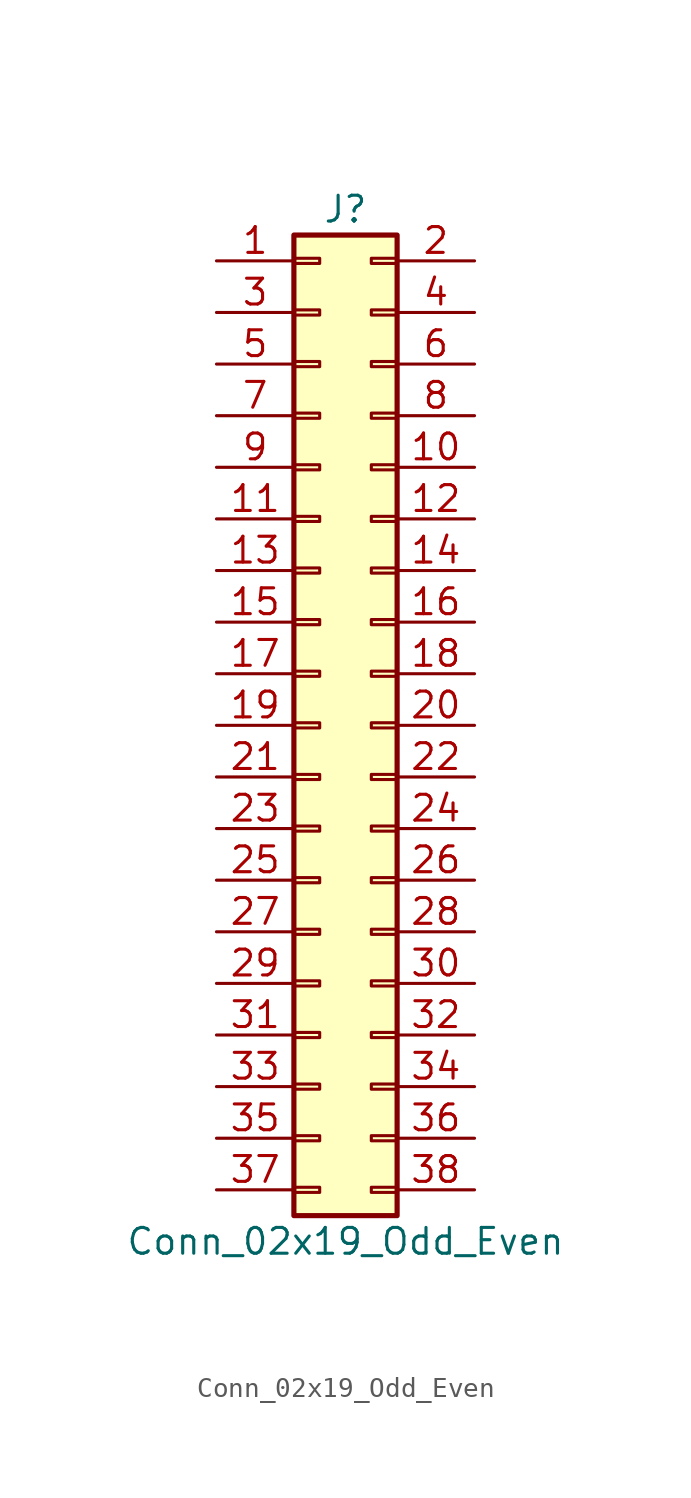
<source format=kicad_sym>
(kicad_symbol_lib
  (version 20201005)
  (generator kicad_symbol_editor)
  (symbol "Conn_02x19_Odd_Even"
    (pin_names
      (offset 1.016) hide)
    (property "Reference" "J"
      (at 1.27 25.4 0)
      (effects (font (size 1.27 1.27))))
    (property "Value" "Conn_02x19_Odd_Even"
      (at 1.27 -25.4 0)
      (effects (font (size 1.27 1.27))))
    (symbol "Conn_02x19_Odd_Even_1_1"
      (rectangle (start -1.27 -22.733) (end 0 -22.987) (stroke (width 0.152)) (fill (type none)))
      (rectangle (start -1.27 -20.193) (end 0 -20.447) (stroke (width 0.152)) (fill (type none)))
      (rectangle (start -1.27 -17.653) (end 0 -17.907) (stroke (width 0.152)) (fill (type none)))
      (rectangle (start -1.27 -15.113) (end 0 -15.367) (stroke (width 0.152)) (fill (type none)))
      (rectangle (start -1.27 -12.573) (end 0 -12.827) (stroke (width 0.152)) (fill (type none)))
      (rectangle (start -1.27 -10.033) (end 0 -10.287) (stroke (width 0.152)) (fill (type none)))
      (rectangle (start -1.27 -7.493) (end 0 -7.747) (stroke (width 0.152)) (fill (type none)))
      (rectangle (start -1.27 -4.953) (end 0 -5.207) (stroke (width 0.152)) (fill (type none)))
      (rectangle (start -1.27 -2.413) (end 0 -2.667) (stroke (width 0.152)) (fill (type none)))
      (rectangle (start -1.27 0.127) (end 0 -0.127) (stroke (width 0.152)) (fill (type none)))
      (rectangle (start -1.27 2.667) (end 0 2.413) (stroke (width 0.152)) (fill (type none)))
      (rectangle (start -1.27 5.207) (end 0 4.953) (stroke (width 0.152)) (fill (type none)))
      (rectangle (start -1.27 7.747) (end 0 7.493) (stroke (width 0.152)) (fill (type none)))
      (rectangle (start -1.27 10.287) (end 0 10.033) (stroke (width 0.152)) (fill (type none)))
      (rectangle (start -1.27 12.827) (end 0 12.573) (stroke (width 0.152)) (fill (type none)))
      (rectangle (start -1.27 15.367) (end 0 15.113) (stroke (width 0.152)) (fill (type none)))
      (rectangle (start -1.27 17.907) (end 0 17.653) (stroke (width 0.152)) (fill (type none)))
      (rectangle (start -1.27 20.447) (end 0 20.193) (stroke (width 0.152)) (fill (type none)))
      (rectangle (start -1.27 22.987) (end 0 22.733) (stroke (width 0.152)) (fill (type none)))
      (rectangle (start 3.81 -22.733) (end 2.54 -22.987) (stroke (width 0.152)) (fill (type none)))
      (rectangle (start 3.81 -20.193) (end 2.54 -20.447) (stroke (width 0.152)) (fill (type none)))
      (rectangle (start 3.81 -17.653) (end 2.54 -17.907) (stroke (width 0.152)) (fill (type none)))
      (rectangle (start 3.81 -15.113) (end 2.54 -15.367) (stroke (width 0.152)) (fill (type none)))
      (rectangle (start 3.81 -12.573) (end 2.54 -12.827) (stroke (width 0.152)) (fill (type none)))
      (rectangle (start 3.81 -10.033) (end 2.54 -10.287) (stroke (width 0.152)) (fill (type none)))
      (rectangle (start 3.81 -7.493) (end 2.54 -7.747) (stroke (width 0.152)) (fill (type none)))
      (rectangle (start 3.81 -4.953) (end 2.54 -5.207) (stroke (width 0.152)) (fill (type none)))
      (rectangle (start 3.81 -2.413) (end 2.54 -2.667) (stroke (width 0.152)) (fill (type none)))
      (rectangle (start 3.81 0.127) (end 2.54 -0.127) (stroke (width 0.152)) (fill (type none)))
      (rectangle (start 3.81 2.667) (end 2.54 2.413) (stroke (width 0.152)) (fill (type none)))
      (rectangle (start 3.81 5.207) (end 2.54 4.953) (stroke (width 0.152)) (fill (type none)))
      (rectangle (start 3.81 7.747) (end 2.54 7.493) (stroke (width 0.152)) (fill (type none)))
      (rectangle (start 3.81 10.287) (end 2.54 10.033) (stroke (width 0.152)) (fill (type none)))
      (rectangle (start 3.81 12.827) (end 2.54 12.573) (stroke (width 0.152)) (fill (type none)))
      (rectangle (start 3.81 15.367) (end 2.54 15.113) (stroke (width 0.152)) (fill (type none)))
      (rectangle (start 3.81 17.907) (end 2.54 17.653) (stroke (width 0.152)) (fill (type none)))
      (rectangle (start 3.81 20.447) (end 2.54 20.193) (stroke (width 0.152)) (fill (type none)))
      (rectangle (start 3.81 22.987) (end 2.54 22.733) (stroke (width 0.152)) (fill (type none)))
      (rectangle (start -1.27 24.13) (end 3.81 -24.13) (stroke (width 0.254)) (fill (type background)))
      (pin passive line (at -5.08 22.86 0) (length 3.81) (name "Pin_1" (effects (font (size 1.27 1.27)))) (number "1" (effects (font (size 1.27 1.27)))))
      (pin passive line (at 7.62 12.7 180) (length 3.81) (name "Pin_10" (effects (font (size 1.27 1.27)))) (number "10" (effects (font (size 1.27 1.27)))))
      (pin passive line (at -5.08 10.16 0) (length 3.81) (name "Pin_11" (effects (font (size 1.27 1.27)))) (number "11" (effects (font (size 1.27 1.27)))))
      (pin passive line (at 7.62 10.16 180) (length 3.81) (name "Pin_12" (effects (font (size 1.27 1.27)))) (number "12" (effects (font (size 1.27 1.27)))))
      (pin passive line (at -5.08 7.62 0) (length 3.81) (name "Pin_13" (effects (font (size 1.27 1.27)))) (number "13" (effects (font (size 1.27 1.27)))))
      (pin passive line (at 7.62 7.62 180) (length 3.81) (name "Pin_14" (effects (font (size 1.27 1.27)))) (number "14" (effects (font (size 1.27 1.27)))))
      (pin passive line (at -5.08 5.08 0) (length 3.81) (name "Pin_15" (effects (font (size 1.27 1.27)))) (number "15" (effects (font (size 1.27 1.27)))))
      (pin passive line (at 7.62 5.08 180) (length 3.81) (name "Pin_16" (effects (font (size 1.27 1.27)))) (number "16" (effects (font (size 1.27 1.27)))))
      (pin passive line (at -5.08 2.54 0) (length 3.81) (name "Pin_17" (effects (font (size 1.27 1.27)))) (number "17" (effects (font (size 1.27 1.27)))))
      (pin passive line (at 7.62 2.54 180) (length 3.81) (name "Pin_18" (effects (font (size 1.27 1.27)))) (number "18" (effects (font (size 1.27 1.27)))))
      (pin passive line (at -5.08 0 0) (length 3.81) (name "Pin_19" (effects (font (size 1.27 1.27)))) (number "19" (effects (font (size 1.27 1.27)))))
      (pin passive line (at 7.62 22.86 180) (length 3.81) (name "Pin_2" (effects (font (size 1.27 1.27)))) (number "2" (effects (font (size 1.27 1.27)))))
      (pin passive line (at 7.62 0 180) (length 3.81) (name "Pin_20" (effects (font (size 1.27 1.27)))) (number "20" (effects (font (size 1.27 1.27)))))
      (pin passive line (at -5.08 -2.54 0) (length 3.81) (name "Pin_21" (effects (font (size 1.27 1.27)))) (number "21" (effects (font (size 1.27 1.27)))))
      (pin passive line (at 7.62 -2.54 180) (length 3.81) (name "Pin_22" (effects (font (size 1.27 1.27)))) (number "22" (effects (font (size 1.27 1.27)))))
      (pin passive line (at -5.08 -5.08 0) (length 3.81) (name "Pin_23" (effects (font (size 1.27 1.27)))) (number "23" (effects (font (size 1.27 1.27)))))
      (pin passive line (at 7.62 -5.08 180) (length 3.81) (name "Pin_24" (effects (font (size 1.27 1.27)))) (number "24" (effects (font (size 1.27 1.27)))))
      (pin passive line (at -5.08 -7.62 0) (length 3.81) (name "Pin_25" (effects (font (size 1.27 1.27)))) (number "25" (effects (font (size 1.27 1.27)))))
      (pin passive line (at 7.62 -7.62 180) (length 3.81) (name "Pin_26" (effects (font (size 1.27 1.27)))) (number "26" (effects (font (size 1.27 1.27)))))
      (pin passive line (at -5.08 -10.16 0) (length 3.81) (name "Pin_27" (effects (font (size 1.27 1.27)))) (number "27" (effects (font (size 1.27 1.27)))))
      (pin passive line (at 7.62 -10.16 180) (length 3.81) (name "Pin_28" (effects (font (size 1.27 1.27)))) (number "28" (effects (font (size 1.27 1.27)))))
      (pin passive line (at -5.08 -12.7 0) (length 3.81) (name "Pin_29" (effects (font (size 1.27 1.27)))) (number "29" (effects (font (size 1.27 1.27)))))
      (pin passive line (at -5.08 20.32 0) (length 3.81) (name "Pin_3" (effects (font (size 1.27 1.27)))) (number "3" (effects (font (size 1.27 1.27)))))
      (pin passive line (at 7.62 -12.7 180) (length 3.81) (name "Pin_30" (effects (font (size 1.27 1.27)))) (number "30" (effects (font (size 1.27 1.27)))))
      (pin passive line (at -5.08 -15.24 0) (length 3.81) (name "Pin_31" (effects (font (size 1.27 1.27)))) (number "31" (effects (font (size 1.27 1.27)))))
      (pin passive line (at 7.62 -15.24 180) (length 3.81) (name "Pin_32" (effects (font (size 1.27 1.27)))) (number "32" (effects (font (size 1.27 1.27)))))
      (pin passive line (at -5.08 -17.78 0) (length 3.81) (name "Pin_33" (effects (font (size 1.27 1.27)))) (number "33" (effects (font (size 1.27 1.27)))))
      (pin passive line (at 7.62 -17.78 180) (length 3.81) (name "Pin_34" (effects (font (size 1.27 1.27)))) (number "34" (effects (font (size 1.27 1.27)))))
      (pin passive line (at -5.08 -20.32 0) (length 3.81) (name "Pin_35" (effects (font (size 1.27 1.27)))) (number "35" (effects (font (size 1.27 1.27)))))
      (pin passive line (at 7.62 -20.32 180) (length 3.81) (name "Pin_36" (effects (font (size 1.27 1.27)))) (number "36" (effects (font (size 1.27 1.27)))))
      (pin passive line (at -5.08 -22.86 0) (length 3.81) (name "Pin_37" (effects (font (size 1.27 1.27)))) (number "37" (effects (font (size 1.27 1.27)))))
      (pin passive line (at 7.62 -22.86 180) (length 3.81) (name "Pin_38" (effects (font (size 1.27 1.27)))) (number "38" (effects (font (size 1.27 1.27)))))
      (pin passive line (at 7.62 20.32 180) (length 3.81) (name "Pin_4" (effects (font (size 1.27 1.27)))) (number "4" (effects (font (size 1.27 1.27)))))
      (pin passive line (at -5.08 17.78 0) (length 3.81) (name "Pin_5" (effects (font (size 1.27 1.27)))) (number "5" (effects (font (size 1.27 1.27)))))
      (pin passive line (at 7.62 17.78 180) (length 3.81) (name "Pin_6" (effects (font (size 1.27 1.27)))) (number "6" (effects (font (size 1.27 1.27)))))
      (pin passive line (at -5.08 15.24 0) (length 3.81) (name "Pin_7" (effects (font (size 1.27 1.27)))) (number "7" (effects (font (size 1.27 1.27)))))
      (pin passive line (at 7.62 15.24 180) (length 3.81) (name "Pin_8" (effects (font (size 1.27 1.27)))) (number "8" (effects (font (size 1.27 1.27)))))
      (pin passive line (at -5.08 12.7 0) (length 3.81) (name "Pin_9" (effects (font (size 1.27 1.27)))) (number "9" (effects (font (size 1.27 1.27))))))))
</source>
